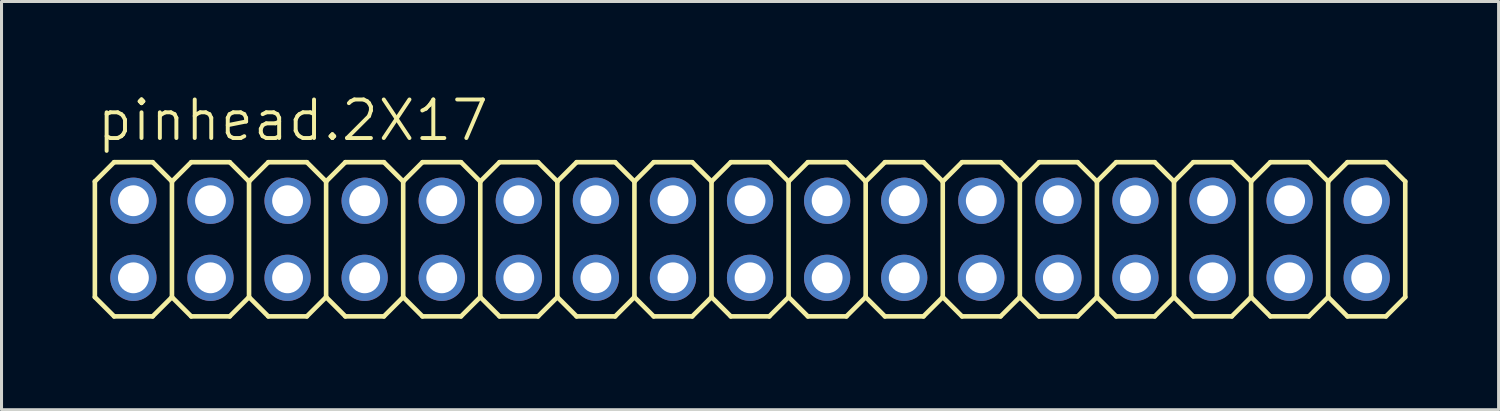
<source format=kicad_pcb>
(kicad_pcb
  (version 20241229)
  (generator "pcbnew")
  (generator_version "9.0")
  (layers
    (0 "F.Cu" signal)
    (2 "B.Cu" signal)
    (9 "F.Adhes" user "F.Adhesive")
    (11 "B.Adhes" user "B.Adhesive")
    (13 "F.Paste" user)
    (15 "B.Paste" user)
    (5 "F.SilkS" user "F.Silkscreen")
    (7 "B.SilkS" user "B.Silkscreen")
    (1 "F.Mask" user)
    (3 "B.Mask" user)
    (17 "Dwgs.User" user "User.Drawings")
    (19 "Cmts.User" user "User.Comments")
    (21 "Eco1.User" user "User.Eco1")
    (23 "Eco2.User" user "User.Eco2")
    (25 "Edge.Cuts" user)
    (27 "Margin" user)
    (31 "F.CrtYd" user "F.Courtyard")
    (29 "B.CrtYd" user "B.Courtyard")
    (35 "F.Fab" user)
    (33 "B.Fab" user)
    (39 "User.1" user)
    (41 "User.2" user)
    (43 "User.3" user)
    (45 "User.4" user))
  (footprint "pinhead.2X17"
    (layer "F.Cu")
    (at 21.666 4.835)
    (property "Reference" "pinhead.2X17" (at -21.59 -3.175 0) (layer "F.SilkS") (effects (font (size 1.27 1.27) (thickness 0.13)) (justify left bottom)))
    (attr through_hole)
    (fp_line (start -21.59 -1.905) (end -20.955 -2.54) (stroke (width 0.152) (type default)) (layer "F.SilkS"))
    (fp_line (start -21.59 1.905) (end -21.59 -1.905) (stroke (width 0.152) (type default)) (layer "F.SilkS"))
    (fp_line (start -21.59 1.905) (end -20.955 2.54) (stroke (width 0.152) (type default)) (layer "F.SilkS"))
    (fp_line (start -20.955 -2.54) (end -19.685 -2.54) (stroke (width 0.152) (type default)) (layer "F.SilkS"))
    (fp_line (start -20.955 2.54) (end -19.685 2.54) (stroke (width 0.152) (type default)) (layer "F.SilkS"))
    (fp_line (start -19.685 -2.54) (end -19.05 -1.905) (stroke (width 0.152) (type default)) (layer "F.SilkS"))
    (fp_line (start -19.685 2.54) (end -19.05 1.905) (stroke (width 0.152) (type default)) (layer "F.SilkS"))
    (fp_line (start -19.05 -1.905) (end -19.05 1.905) (stroke (width 0.152) (type default)) (layer "F.SilkS"))
    (fp_line (start -19.05 -1.905) (end -18.415 -2.54) (stroke (width 0.152) (type default)) (layer "F.SilkS"))
    (fp_line (start -19.05 1.905) (end -18.415 2.54) (stroke (width 0.152) (type default)) (layer "F.SilkS"))
    (fp_line (start -18.415 -2.54) (end -17.145 -2.54) (stroke (width 0.152) (type default)) (layer "F.SilkS"))
    (fp_line (start -18.415 2.54) (end -17.145 2.54) (stroke (width 0.152) (type default)) (layer "F.SilkS"))
    (fp_line (start -17.145 -2.54) (end -16.51 -1.905) (stroke (width 0.152) (type default)) (layer "F.SilkS"))
    (fp_line (start -17.145 2.54) (end -16.51 1.905) (stroke (width 0.152) (type default)) (layer "F.SilkS"))
    (fp_line (start -16.51 -1.905) (end -16.51 1.905) (stroke (width 0.152) (type default)) (layer "F.SilkS"))
    (fp_line (start -16.51 -1.905) (end -15.875 -2.54) (stroke (width 0.152) (type default)) (layer "F.SilkS"))
    (fp_line (start -16.51 1.905) (end -15.875 2.54) (stroke (width 0.152) (type default)) (layer "F.SilkS"))
    (fp_line (start -15.875 -2.54) (end -14.605 -2.54) (stroke (width 0.152) (type default)) (layer "F.SilkS"))
    (fp_line (start -15.875 2.54) (end -14.605 2.54) (stroke (width 0.152) (type default)) (layer "F.SilkS"))
    (fp_line (start -14.605 -2.54) (end -13.97 -1.905) (stroke (width 0.152) (type default)) (layer "F.SilkS"))
    (fp_line (start -14.605 2.54) (end -13.97 1.905) (stroke (width 0.152) (type default)) (layer "F.SilkS"))
    (fp_line (start -13.97 -1.905) (end -13.97 1.905) (stroke (width 0.152) (type default)) (layer "F.SilkS"))
    (fp_line (start -13.97 -1.905) (end -13.335 -2.54) (stroke (width 0.152) (type default)) (layer "F.SilkS"))
    (fp_line (start -13.97 1.905) (end -13.335 2.54) (stroke (width 0.152) (type default)) (layer "F.SilkS"))
    (fp_line (start -13.335 -2.54) (end -12.065 -2.54) (stroke (width 0.152) (type default)) (layer "F.SilkS"))
    (fp_line (start -13.335 2.54) (end -12.065 2.54) (stroke (width 0.152) (type default)) (layer "F.SilkS"))
    (fp_line (start -12.065 -2.54) (end -11.43 -1.905) (stroke (width 0.152) (type default)) (layer "F.SilkS"))
    (fp_line (start -12.065 2.54) (end -11.43 1.905) (stroke (width 0.152) (type default)) (layer "F.SilkS"))
    (fp_line (start -11.43 -1.905) (end -11.43 1.905) (stroke (width 0.152) (type default)) (layer "F.SilkS"))
    (fp_line (start -11.43 -1.905) (end -10.795 -2.54) (stroke (width 0.152) (type default)) (layer "F.SilkS"))
    (fp_line (start -11.43 1.905) (end -10.795 2.54) (stroke (width 0.152) (type default)) (layer "F.SilkS"))
    (fp_line (start -10.795 -2.54) (end -9.525 -2.54) (stroke (width 0.152) (type default)) (layer "F.SilkS"))
    (fp_line (start -10.795 2.54) (end -9.525 2.54) (stroke (width 0.152) (type default)) (layer "F.SilkS"))
    (fp_line (start -9.525 -2.54) (end -8.89 -1.905) (stroke (width 0.152) (type default)) (layer "F.SilkS"))
    (fp_line (start -9.525 2.54) (end -8.89 1.905) (stroke (width 0.152) (type default)) (layer "F.SilkS"))
    (fp_line (start -8.89 -1.905) (end -8.89 1.905) (stroke (width 0.152) (type default)) (layer "F.SilkS"))
    (fp_line (start -8.89 -1.905) (end -8.255 -2.54) (stroke (width 0.152) (type default)) (layer "F.SilkS"))
    (fp_line (start -8.89 1.905) (end -8.255 2.54) (stroke (width 0.152) (type default)) (layer "F.SilkS"))
    (fp_line (start -8.255 -2.54) (end -6.985 -2.54) (stroke (width 0.152) (type default)) (layer "F.SilkS"))
    (fp_line (start -8.255 2.54) (end -6.985 2.54) (stroke (width 0.152) (type default)) (layer "F.SilkS"))
    (fp_line (start -6.985 -2.54) (end -6.35 -1.905) (stroke (width 0.152) (type default)) (layer "F.SilkS"))
    (fp_line (start -6.985 2.54) (end -6.35 1.905) (stroke (width 0.152) (type default)) (layer "F.SilkS"))
    (fp_line (start -6.35 -1.905) (end -6.35 1.905) (stroke (width 0.152) (type default)) (layer "F.SilkS"))
    (fp_line (start -6.35 -1.905) (end -5.715 -2.54) (stroke (width 0.152) (type default)) (layer "F.SilkS"))
    (fp_line (start -6.35 1.905) (end -5.715 2.54) (stroke (width 0.152) (type default)) (layer "F.SilkS"))
    (fp_line (start -5.715 -2.54) (end -4.445 -2.54) (stroke (width 0.152) (type default)) (layer "F.SilkS"))
    (fp_line (start -4.445 -2.54) (end -3.81 -1.905) (stroke (width 0.152) (type default)) (layer "F.SilkS"))
    (fp_line (start -4.445 2.54) (end -5.715 2.54) (stroke (width 0.152) (type default)) (layer "F.SilkS"))
    (fp_line (start -3.81 -1.905) (end -3.81 1.905) (stroke (width 0.152) (type default)) (layer "F.SilkS"))
    (fp_line (start -3.81 -1.905) (end -3.175 -2.54) (stroke (width 0.152) (type default)) (layer "F.SilkS"))
    (fp_line (start -3.81 1.905) (end -4.445 2.54) (stroke (width 0.152) (type default)) (layer "F.SilkS"))
    (fp_line (start -3.81 1.905) (end -3.175 2.54) (stroke (width 0.152) (type default)) (layer "F.SilkS"))
    (fp_line (start -3.175 -2.54) (end -1.905 -2.54) (stroke (width 0.152) (type default)) (layer "F.SilkS"))
    (fp_line (start -1.905 -2.54) (end -1.27 -1.905) (stroke (width 0.152) (type default)) (layer "F.SilkS"))
    (fp_line (start -1.905 2.54) (end -3.175 2.54) (stroke (width 0.152) (type default)) (layer "F.SilkS"))
    (fp_line (start -1.27 -1.905) (end -1.27 1.905) (stroke (width 0.152) (type default)) (layer "F.SilkS"))
    (fp_line (start -1.27 -1.905) (end -0.635 -2.54) (stroke (width 0.152) (type default)) (layer "F.SilkS"))
    (fp_line (start -1.27 1.905) (end -1.905 2.54) (stroke (width 0.152) (type default)) (layer "F.SilkS"))
    (fp_line (start -1.27 1.905) (end -0.635 2.54) (stroke (width 0.152) (type default)) (layer "F.SilkS"))
    (fp_line (start -0.635 -2.54) (end 0.635 -2.54) (stroke (width 0.152) (type default)) (layer "F.SilkS"))
    (fp_line (start 0.635 -2.54) (end 1.27 -1.905) (stroke (width 0.152) (type default)) (layer "F.SilkS"))
    (fp_line (start 0.635 2.54) (end -0.635 2.54) (stroke (width 0.152) (type default)) (layer "F.SilkS"))
    (fp_line (start 1.27 -1.905) (end 1.27 1.905) (stroke (width 0.152) (type default)) (layer "F.SilkS"))
    (fp_line (start 1.27 -1.905) (end 1.905 -2.54) (stroke (width 0.152) (type default)) (layer "F.SilkS"))
    (fp_line (start 1.27 1.905) (end 0.635 2.54) (stroke (width 0.152) (type default)) (layer "F.SilkS"))
    (fp_line (start 1.27 1.905) (end 1.905 2.54) (stroke (width 0.152) (type default)) (layer "F.SilkS"))
    (fp_line (start 1.905 -2.54) (end 3.175 -2.54) (stroke (width 0.152) (type default)) (layer "F.SilkS"))
    (fp_line (start 3.175 -2.54) (end 3.81 -1.905) (stroke (width 0.152) (type default)) (layer "F.SilkS"))
    (fp_line (start 3.175 2.54) (end 1.905 2.54) (stroke (width 0.152) (type default)) (layer "F.SilkS"))
    (fp_line (start 3.81 -1.905) (end 3.81 1.905) (stroke (width 0.152) (type default)) (layer "F.SilkS"))
    (fp_line (start 3.81 -1.905) (end 4.445 -2.54) (stroke (width 0.152) (type default)) (layer "F.SilkS"))
    (fp_line (start 3.81 1.905) (end 3.175 2.54) (stroke (width 0.152) (type default)) (layer "F.SilkS"))
    (fp_line (start 3.81 1.905) (end 4.445 2.54) (stroke (width 0.152) (type default)) (layer "F.SilkS"))
    (fp_line (start 4.445 -2.54) (end 5.715 -2.54) (stroke (width 0.152) (type default)) (layer "F.SilkS"))
    (fp_line (start 5.715 -2.54) (end 6.35 -1.905) (stroke (width 0.152) (type default)) (layer "F.SilkS"))
    (fp_line (start 5.715 2.54) (end 4.445 2.54) (stroke (width 0.152) (type default)) (layer "F.SilkS"))
    (fp_line (start 6.35 -1.905) (end 6.35 1.905) (stroke (width 0.152) (type default)) (layer "F.SilkS"))
    (fp_line (start 6.35 -1.905) (end 6.985 -2.54) (stroke (width 0.152) (type default)) (layer "F.SilkS"))
    (fp_line (start 6.35 1.905) (end 5.715 2.54) (stroke (width 0.152) (type default)) (layer "F.SilkS"))
    (fp_line (start 6.35 1.905) (end 6.985 2.54) (stroke (width 0.152) (type default)) (layer "F.SilkS"))
    (fp_line (start 6.985 -2.54) (end 8.255 -2.54) (stroke (width 0.152) (type default)) (layer "F.SilkS"))
    (fp_line (start 8.255 2.54) (end 6.985 2.54) (stroke (width 0.152) (type default)) (layer "F.SilkS"))
    (fp_line (start 8.89 -1.905) (end 8.255 -2.54) (stroke (width 0.152) (type default)) (layer "F.SilkS"))
    (fp_line (start 8.89 -1.905) (end 8.89 1.905) (stroke (width 0.152) (type default)) (layer "F.SilkS"))
    (fp_line (start 8.89 -1.905) (end 9.525 -2.54) (stroke (width 0.152) (type default)) (layer "F.SilkS"))
    (fp_line (start 8.89 1.905) (end 8.255 2.54) (stroke (width 0.152) (type default)) (layer "F.SilkS"))
    (fp_line (start 8.89 1.905) (end 9.525 2.54) (stroke (width 0.152) (type default)) (layer "F.SilkS"))
    (fp_line (start 10.795 -2.54) (end 9.525 -2.54) (stroke (width 0.152) (type default)) (layer "F.SilkS"))
    (fp_line (start 10.795 -2.54) (end 11.43 -1.905) (stroke (width 0.152) (type default)) (layer "F.SilkS"))
    (fp_line (start 10.795 2.54) (end 9.525 2.54) (stroke (width 0.152) (type default)) (layer "F.SilkS"))
    (fp_line (start 11.43 -1.905) (end 11.43 1.905) (stroke (width 0.152) (type default)) (layer "F.SilkS"))
    (fp_line (start 11.43 -1.905) (end 12.065 -2.54) (stroke (width 0.152) (type default)) (layer "F.SilkS"))
    (fp_line (start 11.43 1.905) (end 10.795 2.54) (stroke (width 0.152) (type default)) (layer "F.SilkS"))
    (fp_line (start 11.43 1.905) (end 12.065 2.54) (stroke (width 0.152) (type default)) (layer "F.SilkS"))
    (fp_line (start 13.335 -2.54) (end 12.065 -2.54) (stroke (width 0.152) (type default)) (layer "F.SilkS"))
    (fp_line (start 13.335 -2.54) (end 13.97 -1.905) (stroke (width 0.152) (type default)) (layer "F.SilkS"))
    (fp_line (start 13.335 2.54) (end 12.065 2.54) (stroke (width 0.152) (type default)) (layer "F.SilkS"))
    (fp_line (start 13.97 -1.905) (end 13.97 1.905) (stroke (width 0.152) (type default)) (layer "F.SilkS"))
    (fp_line (start 13.97 -1.905) (end 14.605 -2.54) (stroke (width 0.152) (type default)) (layer "F.SilkS"))
    (fp_line (start 13.97 1.905) (end 13.335 2.54) (stroke (width 0.152) (type default)) (layer "F.SilkS"))
    (fp_line (start 14.605 2.54) (end 13.97 1.905) (stroke (width 0.152) (type default)) (layer "F.SilkS"))
    (fp_line (start 14.605 2.54) (end 15.875 2.54) (stroke (width 0.152) (type default)) (layer "F.SilkS"))
    (fp_line (start 15.875 -2.54) (end 14.605 -2.54) (stroke (width 0.152) (type default)) (layer "F.SilkS"))
    (fp_line (start 15.875 -2.54) (end 16.51 -1.905) (stroke (width 0.152) (type default)) (layer "F.SilkS"))
    (fp_line (start 16.51 -1.905) (end 16.51 1.905) (stroke (width 0.152) (type default)) (layer "F.SilkS"))
    (fp_line (start 16.51 -1.905) (end 17.145 -2.54) (stroke (width 0.152) (type default)) (layer "F.SilkS"))
    (fp_line (start 16.51 1.905) (end 15.875 2.54) (stroke (width 0.152) (type default)) (layer "F.SilkS"))
    (fp_line (start 17.145 2.54) (end 16.51 1.905) (stroke (width 0.152) (type default)) (layer "F.SilkS"))
    (fp_line (start 17.145 2.54) (end 18.415 2.54) (stroke (width 0.152) (type default)) (layer "F.SilkS"))
    (fp_line (start 18.415 -2.54) (end 17.145 -2.54) (stroke (width 0.152) (type default)) (layer "F.SilkS"))
    (fp_line (start 18.415 -2.54) (end 19.05 -1.905) (stroke (width 0.152) (type default)) (layer "F.SilkS"))
    (fp_line (start 19.05 -1.905) (end 19.05 1.905) (stroke (width 0.152) (type default)) (layer "F.SilkS"))
    (fp_line (start 19.05 -1.905) (end 19.685 -2.54) (stroke (width 0.152) (type default)) (layer "F.SilkS"))
    (fp_line (start 19.05 1.905) (end 18.415 2.54) (stroke (width 0.152) (type default)) (layer "F.SilkS"))
    (fp_line (start 19.05 1.905) (end 19.685 2.54) (stroke (width 0.152) (type default)) (layer "F.SilkS"))
    (fp_line (start 20.955 -2.54) (end 19.685 -2.54) (stroke (width 0.152) (type default)) (layer "F.SilkS"))
    (fp_line (start 20.955 -2.54) (end 21.59 -1.905) (stroke (width 0.152) (type default)) (layer "F.SilkS"))
    (fp_line (start 20.955 2.54) (end 19.685 2.54) (stroke (width 0.152) (type default)) (layer "F.SilkS"))
    (fp_line (start 21.59 -1.905) (end 21.59 1.905) (stroke (width 0.152) (type default)) (layer "F.SilkS"))
    (fp_line (start 21.59 1.905) (end 20.955 2.54) (stroke (width 0.152) (type default)) (layer "F.SilkS"))
    (fp_rect (start -20.574 -1.016) (end -20.066 -1.524) (stroke (width 0.05) (type default)) (fill no) (layer "F.Fab"))
    (fp_rect (start -20.574 1.524) (end -20.066 1.016) (stroke (width 0.05) (type default)) (fill no) (layer "F.Fab"))
    (fp_rect (start -18.034 -1.016) (end -17.526 -1.524) (stroke (width 0.05) (type default)) (fill no) (layer "F.Fab"))
    (fp_rect (start -18.034 1.524) (end -17.526 1.016) (stroke (width 0.05) (type default)) (fill no) (layer "F.Fab"))
    (fp_rect (start -15.494 -1.016) (end -14.986 -1.524) (stroke (width 0.05) (type default)) (fill no) (layer "F.Fab"))
    (fp_rect (start -15.494 1.524) (end -14.986 1.016) (stroke (width 0.05) (type default)) (fill no) (layer "F.Fab"))
    (fp_rect (start -12.954 -1.016) (end -12.446 -1.524) (stroke (width 0.05) (type default)) (fill no) (layer "F.Fab"))
    (fp_rect (start -12.954 1.524) (end -12.446 1.016) (stroke (width 0.05) (type default)) (fill no) (layer "F.Fab"))
    (fp_rect (start -10.414 -1.016) (end -9.906 -1.524) (stroke (width 0.05) (type default)) (fill no) (layer "F.Fab"))
    (fp_rect (start -10.414 1.524) (end -9.906 1.016) (stroke (width 0.05) (type default)) (fill no) (layer "F.Fab"))
    (fp_rect (start -7.874 -1.016) (end -7.366 -1.524) (stroke (width 0.05) (type default)) (fill no) (layer "F.Fab"))
    (fp_rect (start -7.874 1.524) (end -7.366 1.016) (stroke (width 0.05) (type default)) (fill no) (layer "F.Fab"))
    (fp_rect (start -5.334 -1.016) (end -4.826 -1.524) (stroke (width 0.05) (type default)) (fill no) (layer "F.Fab"))
    (fp_rect (start -5.334 1.524) (end -4.826 1.016) (stroke (width 0.05) (type default)) (fill no) (layer "F.Fab"))
    (fp_rect (start -2.794 -1.016) (end -2.286 -1.524) (stroke (width 0.05) (type default)) (fill no) (layer "F.Fab"))
    (fp_rect (start -2.794 1.524) (end -2.286 1.016) (stroke (width 0.05) (type default)) (fill no) (layer "F.Fab"))
    (fp_rect (start -0.254 -1.016) (end 0.254 -1.524) (stroke (width 0.05) (type default)) (fill no) (layer "F.Fab"))
    (fp_rect (start -0.254 1.524) (end 0.254 1.016) (stroke (width 0.05) (type default)) (fill no) (layer "F.Fab"))
    (fp_rect (start 2.286 -1.016) (end 2.794 -1.524) (stroke (width 0.05) (type default)) (fill no) (layer "F.Fab"))
    (fp_rect (start 2.286 1.524) (end 2.794 1.016) (stroke (width 0.05) (type default)) (fill no) (layer "F.Fab"))
    (fp_rect (start 4.826 -1.016) (end 5.334 -1.524) (stroke (width 0.05) (type default)) (fill no) (layer "F.Fab"))
    (fp_rect (start 4.826 1.524) (end 5.334 1.016) (stroke (width 0.05) (type default)) (fill no) (layer "F.Fab"))
    (fp_rect (start 7.366 -1.016) (end 7.874 -1.524) (stroke (width 0.05) (type default)) (fill no) (layer "F.Fab"))
    (fp_rect (start 7.366 1.524) (end 7.874 1.016) (stroke (width 0.05) (type default)) (fill no) (layer "F.Fab"))
    (fp_rect (start 9.906 -1.016) (end 10.414 -1.524) (stroke (width 0.05) (type default)) (fill no) (layer "F.Fab"))
    (fp_rect (start 9.906 1.524) (end 10.414 1.016) (stroke (width 0.05) (type default)) (fill no) (layer "F.Fab"))
    (fp_rect (start 12.446 -1.016) (end 12.954 -1.524) (stroke (width 0.05) (type default)) (fill no) (layer "F.Fab"))
    (fp_rect (start 12.446 1.524) (end 12.954 1.016) (stroke (width 0.05) (type default)) (fill no) (layer "F.Fab"))
    (fp_rect (start 14.986 -1.016) (end 15.494 -1.524) (stroke (width 0.05) (type default)) (fill no) (layer "F.Fab"))
    (fp_rect (start 14.986 1.524) (end 15.494 1.016) (stroke (width 0.05) (type default)) (fill no) (layer "F.Fab"))
    (fp_rect (start 17.526 -1.016) (end 18.034 -1.524) (stroke (width 0.05) (type default)) (fill no) (layer "F.Fab"))
    (fp_rect (start 17.526 1.524) (end 18.034 1.016) (stroke (width 0.05) (type default)) (fill no) (layer "F.Fab"))
    (fp_rect (start 20.066 -1.016) (end 20.574 -1.524) (stroke (width 0.05) (type default)) (fill no) (layer "F.Fab"))
    (fp_rect (start 20.066 1.524) (end 20.574 1.016) (stroke (width 0.05) (type default)) (fill no) (layer "F.Fab"))
    (pad "1" thru_hole circle (at -20.32 1.27) (size 1.524 1.524) (drill 1.016) (layers "*.Cu" "*.Mask"))
    (pad "2" thru_hole circle (at -20.32 -1.27) (size 1.524 1.524) (drill 1.016) (layers "*.Cu" "*.Mask"))
    (pad "3" thru_hole circle (at -17.78 1.27) (size 1.524 1.524) (drill 1.016) (layers "*.Cu" "*.Mask"))
    (pad "4" thru_hole circle (at -17.78 -1.27) (size 1.524 1.524) (drill 1.016) (layers "*.Cu" "*.Mask"))
    (pad "5" thru_hole circle (at -15.24 1.27) (size 1.524 1.524) (drill 1.016) (layers "*.Cu" "*.Mask"))
    (pad "6" thru_hole circle (at -15.24 -1.27) (size 1.524 1.524) (drill 1.016) (layers "*.Cu" "*.Mask"))
    (pad "7" thru_hole circle (at -12.7 1.27) (size 1.524 1.524) (drill 1.016) (layers "*.Cu" "*.Mask"))
    (pad "8" thru_hole circle (at -12.7 -1.27) (size 1.524 1.524) (drill 1.016) (layers "*.Cu" "*.Mask"))
    (pad "9" thru_hole circle (at -10.16 1.27) (size 1.524 1.524) (drill 1.016) (layers "*.Cu" "*.Mask"))
    (pad "10" thru_hole circle (at -10.16 -1.27) (size 1.524 1.524) (drill 1.016) (layers "*.Cu" "*.Mask"))
    (pad "11" thru_hole circle (at -7.62 1.27) (size 1.524 1.524) (drill 1.016) (layers "*.Cu" "*.Mask"))
    (pad "12" thru_hole circle (at -7.62 -1.27) (size 1.524 1.524) (drill 1.016) (layers "*.Cu" "*.Mask"))
    (pad "13" thru_hole circle (at -5.08 1.27) (size 1.524 1.524) (drill 1.016) (layers "*.Cu" "*.Mask"))
    (pad "14" thru_hole circle (at -5.08 -1.27) (size 1.524 1.524) (drill 1.016) (layers "*.Cu" "*.Mask"))
    (pad "15" thru_hole circle (at -2.54 1.27) (size 1.524 1.524) (drill 1.016) (layers "*.Cu" "*.Mask"))
    (pad "16" thru_hole circle (at -2.54 -1.27) (size 1.524 1.524) (drill 1.016) (layers "*.Cu" "*.Mask"))
    (pad "17" thru_hole circle (at 0 1.27) (size 1.524 1.524) (drill 1.016) (layers "*.Cu" "*.Mask"))
    (pad "18" thru_hole circle (at 0 -1.27) (size 1.524 1.524) (drill 1.016) (layers "*.Cu" "*.Mask"))
    (pad "19" thru_hole circle (at 2.54 1.27) (size 1.524 1.524) (drill 1.016) (layers "*.Cu" "*.Mask"))
    (pad "20" thru_hole circle (at 2.54 -1.27) (size 1.524 1.524) (drill 1.016) (layers "*.Cu" "*.Mask"))
    (pad "21" thru_hole circle (at 5.08 1.27) (size 1.524 1.524) (drill 1.016) (layers "*.Cu" "*.Mask"))
    (pad "22" thru_hole circle (at 5.08 -1.27) (size 1.524 1.524) (drill 1.016) (layers "*.Cu" "*.Mask"))
    (pad "23" thru_hole circle (at 7.62 1.27) (size 1.524 1.524) (drill 1.016) (layers "*.Cu" "*.Mask"))
    (pad "24" thru_hole circle (at 7.62 -1.27) (size 1.524 1.524) (drill 1.016) (layers "*.Cu" "*.Mask"))
    (pad "25" thru_hole circle (at 10.16 1.27) (size 1.524 1.524) (drill 1.016) (layers "*.Cu" "*.Mask"))
    (pad "26" thru_hole circle (at 10.16 -1.27) (size 1.524 1.524) (drill 1.016) (layers "*.Cu" "*.Mask"))
    (pad "27" thru_hole circle (at 12.7 1.27) (size 1.524 1.524) (drill 1.016) (layers "*.Cu" "*.Mask"))
    (pad "28" thru_hole circle (at 12.7 -1.27) (size 1.524 1.524) (drill 1.016) (layers "*.Cu" "*.Mask"))
    (pad "29" thru_hole circle (at 15.24 1.27) (size 1.524 1.524) (drill 1.016) (layers "*.Cu" "*.Mask"))
    (pad "30" thru_hole circle (at 15.24 -1.27) (size 1.524 1.524) (drill 1.016) (layers "*.Cu" "*.Mask"))
    (pad "31" thru_hole circle (at 17.78 1.27) (size 1.524 1.524) (drill 1.016) (layers "*.Cu" "*.Mask"))
    (pad "32" thru_hole circle (at 17.78 -1.27) (size 1.524 1.524) (drill 1.016) (layers "*.Cu" "*.Mask"))
    (pad "33" thru_hole circle (at 20.32 1.27) (size 1.524 1.524) (drill 1.016) (layers "*.Cu" "*.Mask"))
    (pad "34" thru_hole circle (at 20.32 -1.27) (size 1.524 1.524) (drill 1.016) (layers "*.Cu" "*.Mask")))
  (gr_rect
    (start -3 -3)
    (end 46.332 10.451)
    (stroke (width 0.1) (type default))
    (fill no)
    (layer "Edge.Cuts")))
</source>
